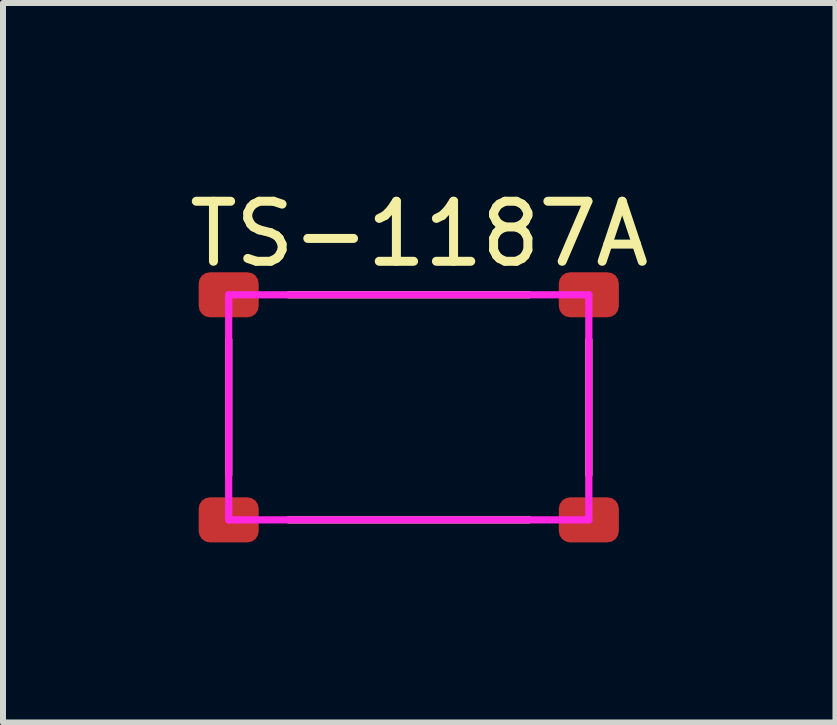
<source format=kicad_pcb>
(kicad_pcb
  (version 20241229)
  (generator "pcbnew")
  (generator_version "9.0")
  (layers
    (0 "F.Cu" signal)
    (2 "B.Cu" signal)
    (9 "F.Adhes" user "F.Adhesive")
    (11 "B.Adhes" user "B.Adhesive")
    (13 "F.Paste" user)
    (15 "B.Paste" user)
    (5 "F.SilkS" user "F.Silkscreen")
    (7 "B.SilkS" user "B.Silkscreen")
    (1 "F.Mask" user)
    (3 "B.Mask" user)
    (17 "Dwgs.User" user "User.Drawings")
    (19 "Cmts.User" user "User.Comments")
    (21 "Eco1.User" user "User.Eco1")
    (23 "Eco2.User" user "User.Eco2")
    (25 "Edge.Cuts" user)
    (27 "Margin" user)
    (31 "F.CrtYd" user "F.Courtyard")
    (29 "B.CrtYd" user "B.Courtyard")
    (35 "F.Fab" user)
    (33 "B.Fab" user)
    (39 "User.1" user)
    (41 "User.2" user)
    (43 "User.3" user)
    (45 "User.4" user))
  (footprint "TS-1187A"
    (layer "F.Cu")
    (at 0.76 5.611)
    (property "Reference" "TS-1187A" (at 3.175 -4.763 0) (unlocked yes) (layer "F.SilkS") (effects (font (size 1 1) (thickness 0.15))))
    (attr smd)
    (fp_line (start 0 -0.75) (end 0 -3) (stroke (width 0.12) (type solid)) (layer "F.SilkS"))
    (fp_line (start 5 -3.75) (end 1 -3.75) (stroke (width 0.12) (type solid)) (layer "F.SilkS"))
    (fp_line (start 5 0) (end 1 0) (stroke (width 0.12) (type solid)) (layer "F.SilkS"))
    (fp_line (start 6 -0.75) (end 6 -3) (stroke (width 0.12) (type solid)) (layer "F.SilkS"))
    (fp_line (start 0 0) (end 0 -3.75) (stroke (width 0.12) (type solid)) (layer "F.CrtYd"))
    (fp_line (start 6 -3.75) (end 0 -3.75) (stroke (width 0.12) (type solid)) (layer "F.CrtYd"))
    (fp_line (start 6 0) (end 0 0) (stroke (width 0.12) (type solid)) (layer "F.CrtYd"))
    (fp_line (start 6 0) (end 6 -3.75) (stroke (width 0.12) (type solid)) (layer "F.CrtYd"))
    (pad "1" smd roundrect (at 0 -3.75) (size 1 0.75) (layers "F.Cu" "F.Mask" "F.Paste") (roundrect_rratio 0.25))
    (pad "1" smd roundrect (at 6 -3.75) (size 1 0.75) (layers "F.Cu" "F.Mask" "F.Paste") (roundrect_rratio 0.25))
    (pad "2" smd roundrect (at 0 0) (size 1 0.75) (layers "F.Cu" "F.Mask" "F.Paste") (roundrect_rratio 0.25))
    (pad "2" smd roundrect (at 6 0) (size 1 0.75) (layers "F.Cu" "F.Mask" "F.Paste") (roundrect_rratio 0.25)))
  (gr_rect
    (start -3 -3)
    (end 10.869 8.986)
    (stroke (width 0.1) (type default))
    (fill no)
    (layer "Edge.Cuts")))
</source>
